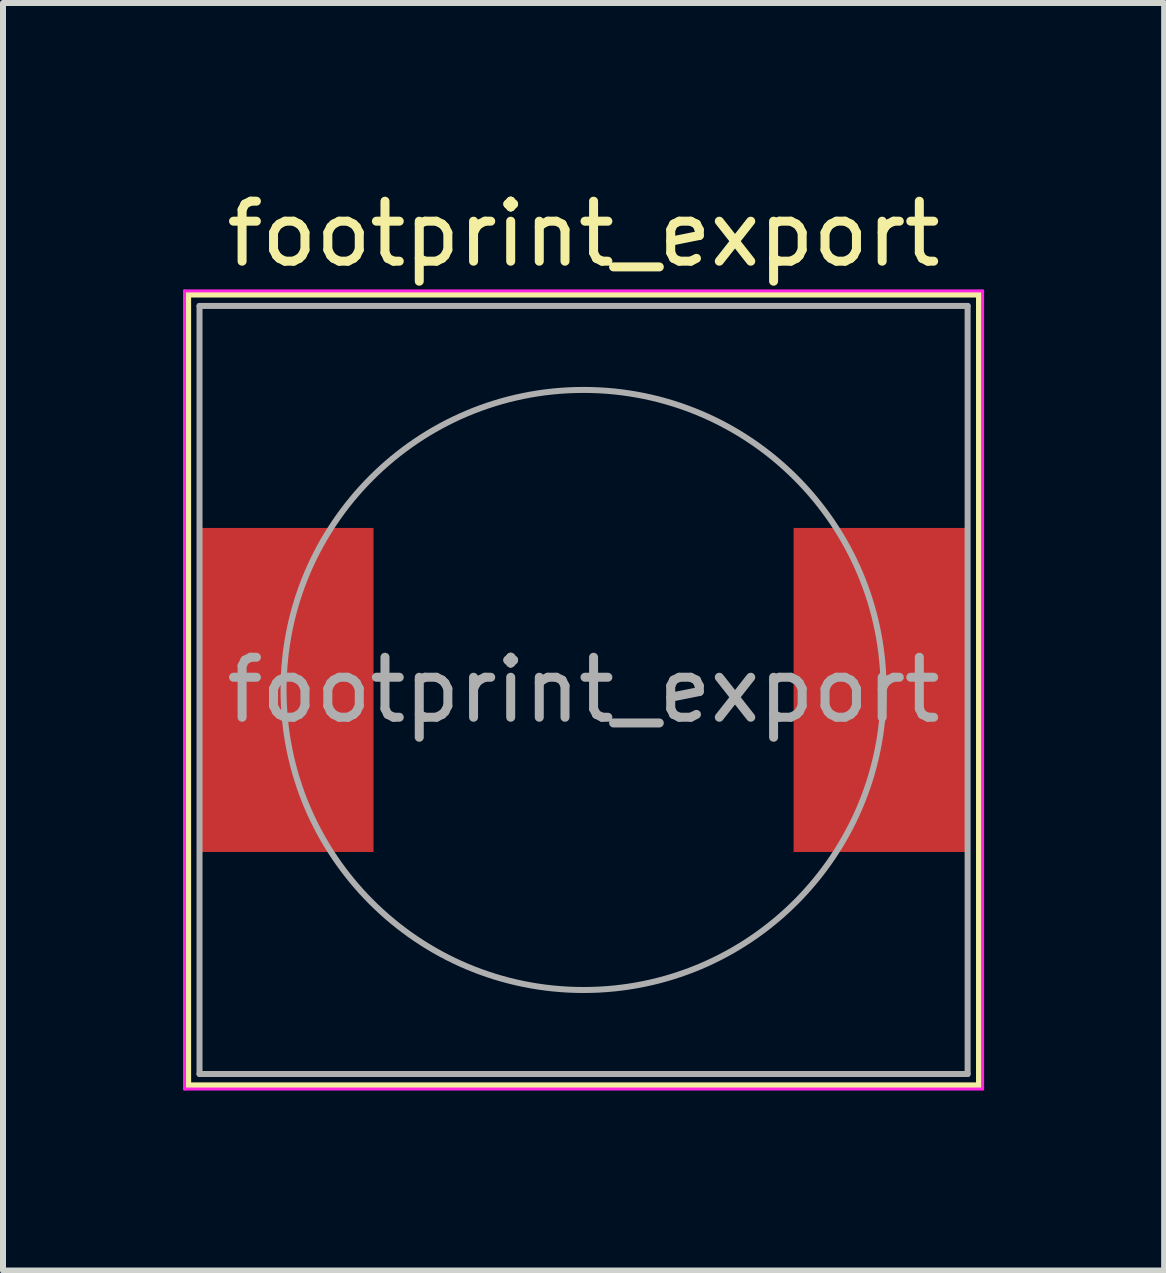
<source format=kicad_pcb>
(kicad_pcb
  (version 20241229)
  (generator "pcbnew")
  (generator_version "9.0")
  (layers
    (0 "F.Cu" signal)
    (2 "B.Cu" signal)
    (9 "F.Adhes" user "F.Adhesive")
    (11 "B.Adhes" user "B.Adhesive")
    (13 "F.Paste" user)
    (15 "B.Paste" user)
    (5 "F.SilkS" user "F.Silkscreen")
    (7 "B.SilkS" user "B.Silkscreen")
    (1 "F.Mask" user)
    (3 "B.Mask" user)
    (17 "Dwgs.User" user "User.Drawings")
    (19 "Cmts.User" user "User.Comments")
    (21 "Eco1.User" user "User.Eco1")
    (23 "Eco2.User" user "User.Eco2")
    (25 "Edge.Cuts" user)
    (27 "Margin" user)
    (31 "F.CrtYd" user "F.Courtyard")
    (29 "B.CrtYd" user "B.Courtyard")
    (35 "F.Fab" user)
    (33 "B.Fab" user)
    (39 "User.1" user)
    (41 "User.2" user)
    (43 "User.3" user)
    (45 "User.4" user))
  (footprint "footprint_export"
    (layer "F.Cu")
    (at 6.675 8.448)
    (property "Reference" "footprint_export" (at 0 -7.6 0) (layer "F.SilkS") (effects (font (size 1 1) (thickness 0.15))))
    (attr smd)
    (fp_line (start -6.6 -6.6) (end 6.6 -6.6) (stroke (width 0.12) (type solid)) (layer "F.SilkS"))
    (fp_line (start -6.6 6.6) (end -6.6 -6.6) (stroke (width 0.12) (type solid)) (layer "F.SilkS"))
    (fp_line (start 6.6 -6.6) (end 6.6 6.6) (stroke (width 0.12) (type solid)) (layer "F.SilkS"))
    (fp_line (start 6.6 6.6) (end -6.6 6.6) (stroke (width 0.12) (type solid)) (layer "F.SilkS"))
    (fp_line (start -6.65 -6.65) (end -6.65 6.65) (stroke (width 0.05) (type solid)) (layer "F.CrtYd"))
    (fp_line (start -6.65 -6.65) (end 6.65 -6.65) (stroke (width 0.05) (type solid)) (layer "F.CrtYd"))
    (fp_line (start 6.65 6.65) (end -6.65 6.65) (stroke (width 0.05) (type solid)) (layer "F.CrtYd"))
    (fp_line (start 6.65 6.65) (end 6.65 -6.65) (stroke (width 0.05) (type solid)) (layer "F.CrtYd"))
    (fp_line (start -6.4 -6.4) (end 6.4 -6.4) (stroke (width 0.1) (type solid)) (layer "F.Fab"))
    (fp_line (start -6.4 6.4) (end -6.4 -6.4) (stroke (width 0.1) (type solid)) (layer "F.Fab"))
    (fp_line (start 6.4 -6.4) (end 6.4 6.4) (stroke (width 0.1) (type solid)) (layer "F.Fab"))
    (fp_line (start 6.4 6.4) (end -6.4 6.4) (stroke (width 0.1) (type solid)) (layer "F.Fab"))
    (fp_circle (center 0 0) (end 5 0) (stroke (width 0.1) (type solid)) (fill no) (layer "F.Fab"))
    (fp_text user "${REFERENCE}" (at 0 0 0) (layer "F.Fab") (effects (font (size 1 1) (thickness 0.15))))
    (pad "1" smd rect (at -4.95 0) (size 2.9 5.4) (layers "F.Cu" "F.Mask" "F.Paste"))
    (pad "2" smd rect (at 4.95 0) (size 2.9 5.4) (layers "F.Cu" "F.Mask" "F.Paste")))
  (gr_rect
    (start -3 -3)
    (end 16.35 18.123)
    (stroke (width 0.1) (type default))
    (fill no)
    (layer "Edge.Cuts")))
</source>
